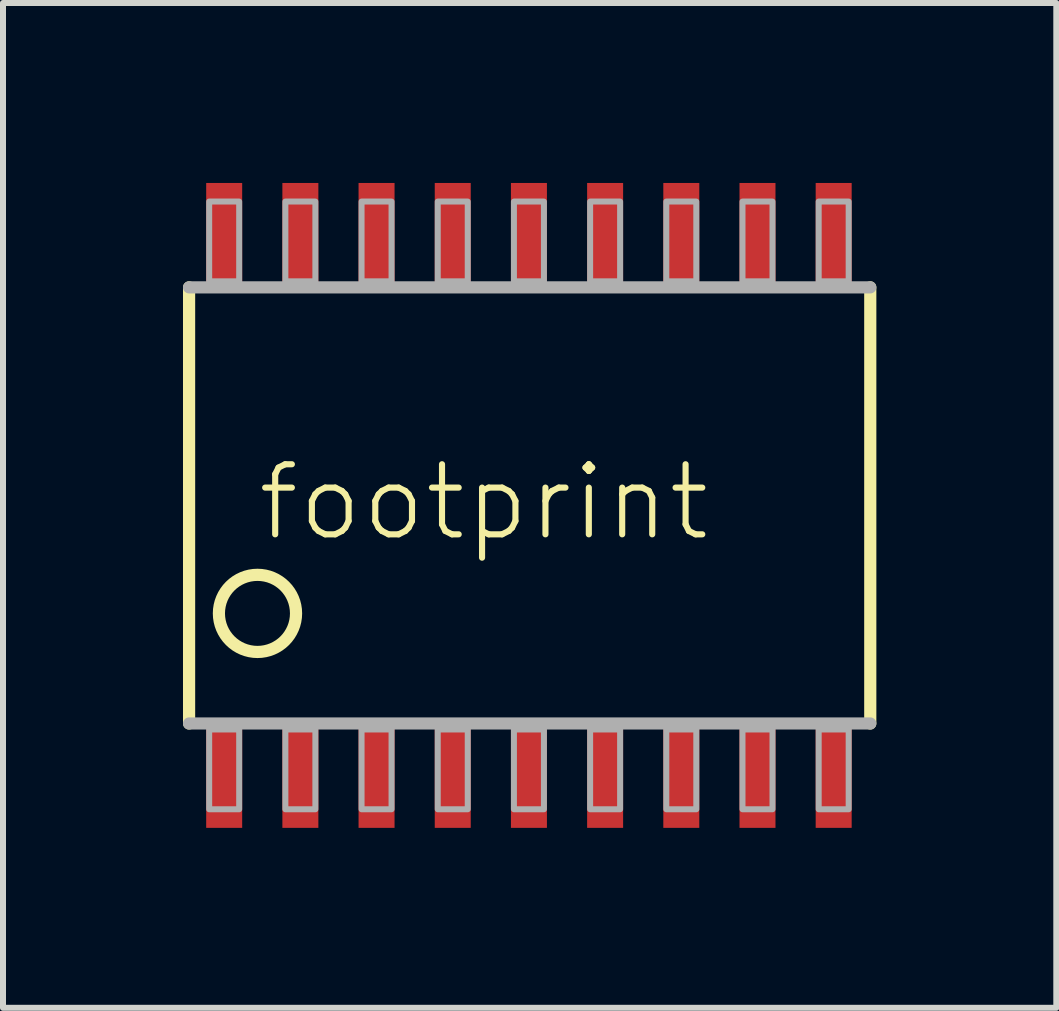
<source format=kicad_pcb>
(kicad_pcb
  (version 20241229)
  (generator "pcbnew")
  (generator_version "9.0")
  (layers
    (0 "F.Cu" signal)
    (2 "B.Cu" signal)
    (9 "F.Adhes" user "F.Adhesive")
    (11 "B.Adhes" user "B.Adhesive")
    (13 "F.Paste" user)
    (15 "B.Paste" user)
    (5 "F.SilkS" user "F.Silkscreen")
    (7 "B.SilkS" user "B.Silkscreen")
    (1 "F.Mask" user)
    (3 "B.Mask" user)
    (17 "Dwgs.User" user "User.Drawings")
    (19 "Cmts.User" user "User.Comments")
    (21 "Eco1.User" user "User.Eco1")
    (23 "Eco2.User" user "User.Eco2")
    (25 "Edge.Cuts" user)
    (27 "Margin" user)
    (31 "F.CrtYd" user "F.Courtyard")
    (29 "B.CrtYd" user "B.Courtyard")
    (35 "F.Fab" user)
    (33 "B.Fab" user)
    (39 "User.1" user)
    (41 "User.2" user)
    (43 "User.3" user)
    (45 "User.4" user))
  (footprint "footprint"
    (layer "F.Cu")
    (at 5.767 5.375)
    (property "Reference" "footprint" (at -4.575 0.63 0) (layer "F.SilkS") (effects (font (size 1.168 1.168) (thickness 0.102)) (justify left bottom)))
    (fp_line (start -5.665 3.635) (end -5.665 -3.635) (stroke (width 0.203) (type solid)) (layer "F.SilkS"))
    (fp_line (start 5.69 -3.635) (end 5.69 3.635) (stroke (width 0.203) (type solid)) (layer "F.SilkS"))
    (fp_circle (center -4.525 1.8) (end -3.882 1.8) (stroke (width 0.203) (type solid)) (fill no) (layer "F.SilkS"))
    (fp_line (start -5.665 -3.635) (end 5.69 -3.635) (stroke (width 0.203) (type solid)) (layer "F.Fab"))
    (fp_line (start 5.69 3.635) (end -5.665 3.635) (stroke (width 0.203) (type solid)) (layer "F.Fab"))
    (fp_poly (pts (xy -5.33 -3.735) (xy -4.83 -3.735) (xy -4.83 -5.065) (xy -5.33 -5.065)) (stroke (width 0.1) (type solid)) (fill no) (layer "F.Fab"))
    (fp_poly (pts (xy -5.33 5.065) (xy -4.83 5.065) (xy -4.83 3.735) (xy -5.33 3.735)) (stroke (width 0.1) (type solid)) (fill no) (layer "F.Fab"))
    (fp_poly (pts (xy -4.06 -3.735) (xy -3.56 -3.735) (xy -3.56 -5.065) (xy -4.06 -5.065)) (stroke (width 0.1) (type solid)) (fill no) (layer "F.Fab"))
    (fp_poly (pts (xy -4.06 5.065) (xy -3.56 5.065) (xy -3.56 3.735) (xy -4.06 3.735)) (stroke (width 0.1) (type solid)) (fill no) (layer "F.Fab"))
    (fp_poly (pts (xy -2.79 -3.735) (xy -2.29 -3.735) (xy -2.29 -5.065) (xy -2.79 -5.065)) (stroke (width 0.1) (type solid)) (fill no) (layer "F.Fab"))
    (fp_poly (pts (xy -2.79 5.065) (xy -2.29 5.065) (xy -2.29 3.735) (xy -2.79 3.735)) (stroke (width 0.1) (type solid)) (fill no) (layer "F.Fab"))
    (fp_poly (pts (xy -1.52 -3.735) (xy -1.02 -3.735) (xy -1.02 -5.065) (xy -1.52 -5.065)) (stroke (width 0.1) (type solid)) (fill no) (layer "F.Fab"))
    (fp_poly (pts (xy -1.52 5.065) (xy -1.02 5.065) (xy -1.02 3.735) (xy -1.52 3.735)) (stroke (width 0.1) (type solid)) (fill no) (layer "F.Fab"))
    (fp_poly (pts (xy -0.25 5.065) (xy 0.25 5.065) (xy 0.25 3.735) (xy -0.25 3.735)) (stroke (width 0.1) (type solid)) (fill no) (layer "F.Fab"))
    (fp_poly (pts (xy 0.25 -5.065) (xy -0.25 -5.065) (xy -0.25 -3.735) (xy 0.25 -3.735)) (stroke (width 0.1) (type solid)) (fill no) (layer "F.Fab"))
    (fp_poly (pts (xy 1.02 5.065) (xy 1.52 5.065) (xy 1.52 3.735) (xy 1.02 3.735)) (stroke (width 0.1) (type solid)) (fill no) (layer "F.Fab"))
    (fp_poly (pts (xy 1.52 -5.065) (xy 1.02 -5.065) (xy 1.02 -3.735) (xy 1.52 -3.735)) (stroke (width 0.1) (type solid)) (fill no) (layer "F.Fab"))
    (fp_poly (pts (xy 2.29 5.065) (xy 2.79 5.065) (xy 2.79 3.735) (xy 2.29 3.735)) (stroke (width 0.1) (type solid)) (fill no) (layer "F.Fab"))
    (fp_poly (pts (xy 2.79 -5.065) (xy 2.29 -5.065) (xy 2.29 -3.735) (xy 2.79 -3.735)) (stroke (width 0.1) (type solid)) (fill no) (layer "F.Fab"))
    (fp_poly (pts (xy 3.56 5.065) (xy 4.06 5.065) (xy 4.06 3.735) (xy 3.56 3.735)) (stroke (width 0.1) (type solid)) (fill no) (layer "F.Fab"))
    (fp_poly (pts (xy 4.06 -5.065) (xy 3.56 -5.065) (xy 3.56 -3.735) (xy 4.06 -3.735)) (stroke (width 0.1) (type solid)) (fill no) (layer "F.Fab"))
    (fp_poly (pts (xy 4.83 5.065) (xy 5.33 5.065) (xy 5.33 3.735) (xy 4.83 3.735)) (stroke (width 0.1) (type solid)) (fill no) (layer "F.Fab"))
    (fp_poly (pts (xy 5.33 -5.065) (xy 4.83 -5.065) (xy 4.83 -3.735) (xy 5.33 -3.735)) (stroke (width 0.1) (type solid)) (fill no) (layer "F.Fab"))
    (pad "1" smd rect (at -5.08 4.475) (size 0.6 1.8) (layers "F.Cu" "F.Mask" "F.Paste"))
    (pad "2" smd rect (at -3.81 4.475) (size 0.6 1.8) (layers "F.Cu" "F.Mask" "F.Paste"))
    (pad "3" smd rect (at -2.54 4.475) (size 0.6 1.8) (layers "F.Cu" "F.Mask" "F.Paste"))
    (pad "4" smd rect (at -1.27 4.475) (size 0.6 1.8) (layers "F.Cu" "F.Mask" "F.Paste"))
    (pad "5" smd rect (at 0 4.475) (size 0.6 1.8) (layers "F.Cu" "F.Mask" "F.Paste"))
    (pad "6" smd rect (at 1.27 4.475) (size 0.6 1.8) (layers "F.Cu" "F.Mask" "F.Paste"))
    (pad "7" smd rect (at 2.54 4.475) (size 0.6 1.8) (layers "F.Cu" "F.Mask" "F.Paste"))
    (pad "8" smd rect (at 3.81 4.475) (size 0.6 1.8) (layers "F.Cu" "F.Mask" "F.Paste"))
    (pad "9" smd rect (at 5.08 4.475) (size 0.6 1.8) (layers "F.Cu" "F.Mask" "F.Paste"))
    (pad "10" smd rect (at 5.08 -4.475 180) (size 0.6 1.8) (layers "F.Cu" "F.Mask" "F.Paste"))
    (pad "11" smd rect (at 3.81 -4.475 180) (size 0.6 1.8) (layers "F.Cu" "F.Mask" "F.Paste"))
    (pad "12" smd rect (at 2.54 -4.475 180) (size 0.6 1.8) (layers "F.Cu" "F.Mask" "F.Paste"))
    (pad "13" smd rect (at 1.27 -4.475 180) (size 0.6 1.8) (layers "F.Cu" "F.Mask" "F.Paste"))
    (pad "14" smd rect (at 0 -4.475 180) (size 0.6 1.8) (layers "F.Cu" "F.Mask" "F.Paste"))
    (pad "15" smd rect (at -1.27 -4.475) (size 0.6 1.8) (layers "F.Cu" "F.Mask" "F.Paste"))
    (pad "16" smd rect (at -2.54 -4.475) (size 0.6 1.8) (layers "F.Cu" "F.Mask" "F.Paste"))
    (pad "17" smd rect (at -3.81 -4.475) (size 0.6 1.8) (layers "F.Cu" "F.Mask" "F.Paste"))
    (pad "18" smd rect (at -5.08 -4.475) (size 0.6 1.8) (layers "F.Cu" "F.Mask" "F.Paste")))
  (gr_rect
    (start -3 -3)
    (end 14.558 13.75)
    (stroke (width 0.1) (type default))
    (fill no)
    (layer "Edge.Cuts")))
</source>
